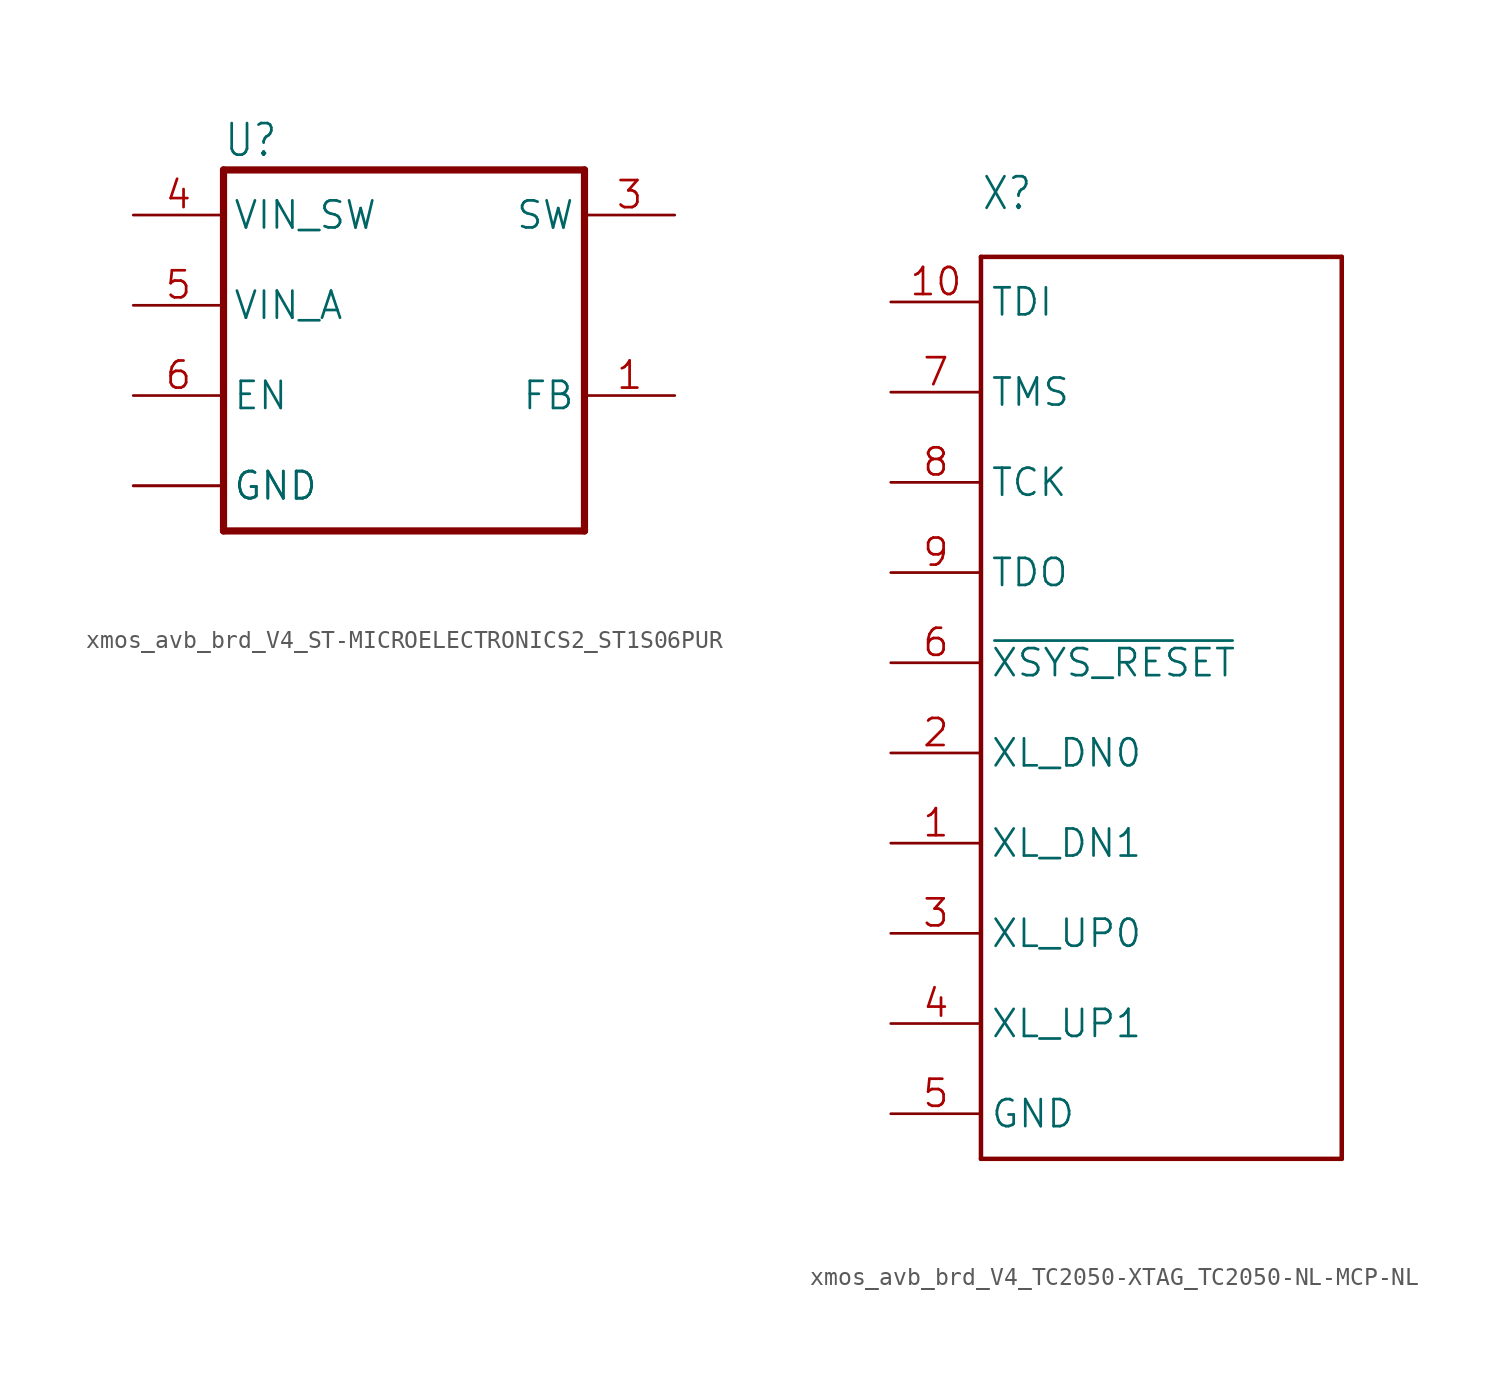
<source format=kicad_sym>
(kicad_symbol_lib
  (version 20241209)
  (generator "kicad_symbol_editor")
  (generator_version "9.0")
  (symbol "xmos_avb_brd_V4_ST-MICROELECTRONICS2_ST1S06PUR"
    (property "Reference" "U"
      (at -10.16 10.795 0)
      (effects (font (size 1.778 1.511)) (justify left bottom)))
    (property "Value" ""
      (at -10.16 -12.7 0)
      (effects (font (size 1.778 1.511)) (justify left bottom)))
    (property "ki_locked" ""
      (at 0 0 0)
      (effects (font (size 1.27 1.27))))
    (symbol "xmos_avb_brd_V4_ST-MICROELECTRONICS2_ST1S06PUR_1_0"
      (polyline (pts (xy -10.16 10.16) (xy 10.16 10.16)) (stroke (width 0.406) (type solid)) (fill (type none)))
      (polyline (pts (xy -10.16 -10.16) (xy -10.16 10.16)) (stroke (width 0.406) (type solid)) (fill (type none)))
      (polyline (pts (xy 10.16 10.16) (xy 10.16 -10.16)) (stroke (width 0.406) (type solid)) (fill (type none)))
      (polyline (pts (xy 10.16 -10.16) (xy -10.16 -10.16)) (stroke (width 0.406) (type solid)) (fill (type none)))
      (pin input line (at -15.24 7.62 0) (length 5.08) (name "VIN_SW" (effects (font (size 1.524 1.524)))) (number "4" (effects (font (size 1.524 1.524)))))
      (pin input line (at -15.24 2.54 0) (length 5.08) (name "VIN_A" (effects (font (size 1.524 1.524)))) (number "5" (effects (font (size 1.524 1.524)))))
      (pin input line (at -15.24 -2.54 0) (length 5.08) (name "EN" (effects (font (size 1.524 1.524)))) (number "6" (effects (font (size 1.524 1.524)))))
      (pin power_in line (at -15.24 -7.62 0) (length 5.08) (name "GND" (effects (font (size 1.524 1.524)))) (number "2" (effects (font (size 0 0)))))
      (pin power_in line (at -15.24 -7.62 0) (length 5.08) (name "GND" (effects (font (size 1.524 1.524)))) (number "7" (effects (font (size 0 0)))))
      (pin output line (at 15.24 7.62 180) (length 5.08) (name "SW" (effects (font (size 1.524 1.524)))) (number "3" (effects (font (size 1.524 1.524)))))
      (pin input line (at 15.24 -2.54 180) (length 5.08) (name "FB" (effects (font (size 1.524 1.524)))) (number "1" (effects (font (size 1.524 1.524)))))))
  (symbol "xmos_avb_brd_V4_TC2050-XTAG_TC2050-NL-MCP-NL"
    (property "Reference" "X"
      (at -12.7 17.78 0)
      (effects (font (size 1.778 1.511)) (justify left bottom)))
    (property "ki_locked" ""
      (at 0 0 0)
      (effects (font (size 1.27 1.27))))
    (symbol "xmos_avb_brd_V4_TC2050-XTAG_TC2050-NL-MCP-NL_1_0"
      (polyline (pts (xy -12.7 15.24) (xy -12.7 -35.56)) (stroke (width 0.254) (type solid)) (fill (type none)))
      (polyline (pts (xy -12.7 -35.56) (xy 7.62 -35.56)) (stroke (width 0.254) (type solid)) (fill (type none)))
      (polyline (pts (xy 7.62 15.24) (xy -12.7 15.24)) (stroke (width 0.254) (type solid)) (fill (type none)))
      (polyline (pts (xy 7.62 -35.56) (xy 7.62 15.24)) (stroke (width 0.254) (type solid)) (fill (type none)))
      (pin bidirectional line (at -17.78 12.7 0) (length 5.08) (name "TDI" (effects (font (size 1.524 1.524)))) (number "10" (effects (font (size 1.524 1.524)))))
      (pin bidirectional line (at -17.78 7.62 0) (length 5.08) (name "TMS" (effects (font (size 1.524 1.524)))) (number "7" (effects (font (size 1.524 1.524)))))
      (pin bidirectional line (at -17.78 2.54 0) (length 5.08) (name "TCK" (effects (font (size 1.524 1.524)))) (number "8" (effects (font (size 1.524 1.524)))))
      (pin bidirectional line (at -17.78 -2.54 0) (length 5.08) (name "TDO" (effects (font (size 1.524 1.524)))) (number "9" (effects (font (size 1.524 1.524)))))
      (pin bidirectional line (at -17.78 -7.62 0) (length 5.08) (name "~{XSYS_RESET}" (effects (font (size 1.524 1.524)))) (number "6" (effects (font (size 1.524 1.524)))))
      (pin bidirectional line (at -17.78 -12.7 0) (length 5.08) (name "XL_DN0" (effects (font (size 1.524 1.524)))) (number "2" (effects (font (size 1.524 1.524)))))
      (pin bidirectional line (at -17.78 -17.78 0) (length 5.08) (name "XL_DN1" (effects (font (size 1.524 1.524)))) (number "1" (effects (font (size 1.524 1.524)))))
      (pin bidirectional line (at -17.78 -22.86 0) (length 5.08) (name "XL_UP0" (effects (font (size 1.524 1.524)))) (number "3" (effects (font (size 1.524 1.524)))))
      (pin bidirectional line (at -17.78 -27.94 0) (length 5.08) (name "XL_UP1" (effects (font (size 1.524 1.524)))) (number "4" (effects (font (size 1.524 1.524)))))
      (pin bidirectional line (at -17.78 -33.02 0) (length 5.08) (name "GND" (effects (font (size 1.524 1.524)))) (number "5" (effects (font (size 1.524 1.524))))))))
</source>
